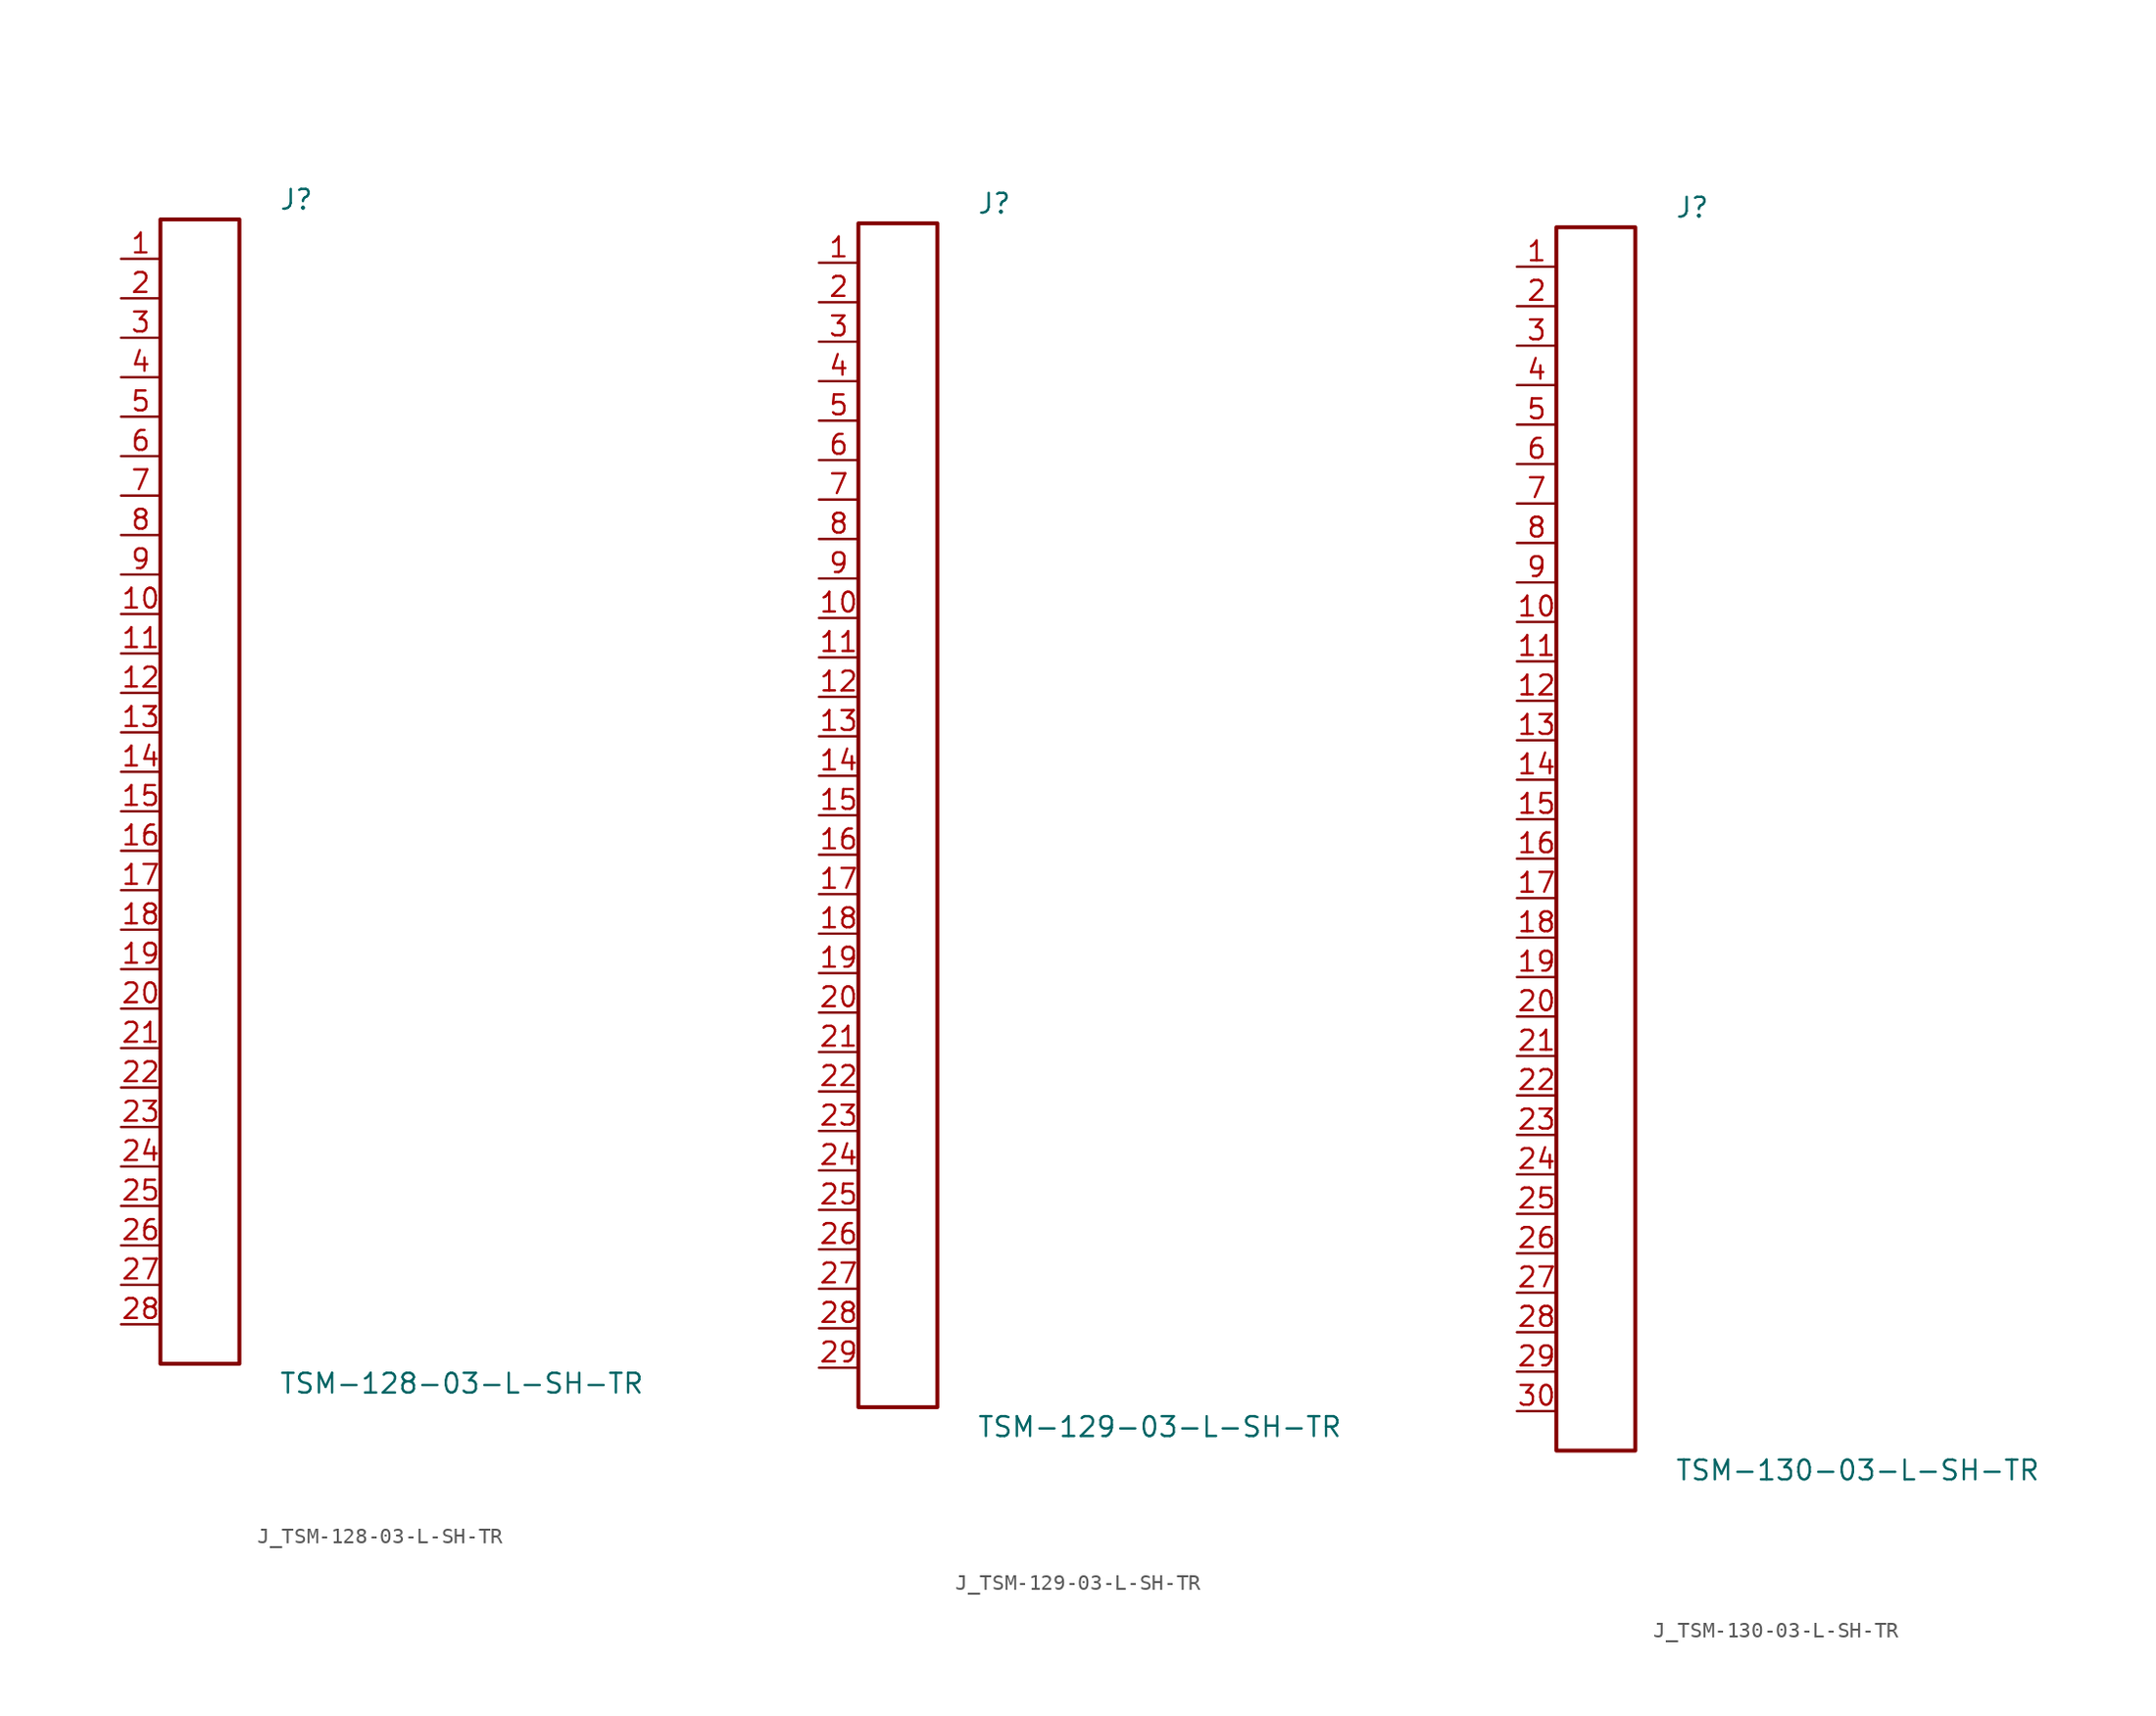
<source format=kicad_sym>
(kicad_symbol_lib
  (version 20231120)
  (generator kicad_symbol_editor)
  (generator_version 8.0)
  (symbol "J_TSM-128-03-L-SH-TR"
    (pin_names
      (offset 0.254))
    (property "Reference" "J"
      (at 5.08 38.1 0)
      (effects (font (size 1.27 1.27)) (justify left)))
    (property "Value" "TSM-128-03-L-SH-TR"
      (at 5.08 -38.1 0)
      (effects (font (size 1.27 1.27)) (justify left)))
    (symbol "J_TSM-128-03-L-SH-TR_0_0"
      (pin unspecified line (at -5.08 34.29 0) (length 2.54) (name "" (effects (font (size 1.27 1.27)))) (number "1" (effects (font (size 1.27 1.27)))))
      (pin unspecified line (at -5.08 31.75 0) (length 2.54) (name "" (effects (font (size 1.27 1.27)))) (number "2" (effects (font (size 1.27 1.27)))))
      (pin unspecified line (at -5.08 29.21 0) (length 2.54) (name "" (effects (font (size 1.27 1.27)))) (number "3" (effects (font (size 1.27 1.27)))))
      (pin unspecified line (at -5.08 26.67 0) (length 2.54) (name "" (effects (font (size 1.27 1.27)))) (number "4" (effects (font (size 1.27 1.27)))))
      (pin unspecified line (at -5.08 24.13 0) (length 2.54) (name "" (effects (font (size 1.27 1.27)))) (number "5" (effects (font (size 1.27 1.27)))))
      (pin unspecified line (at -5.08 21.59 0) (length 2.54) (name "" (effects (font (size 1.27 1.27)))) (number "6" (effects (font (size 1.27 1.27)))))
      (pin unspecified line (at -5.08 19.05 0) (length 2.54) (name "" (effects (font (size 1.27 1.27)))) (number "7" (effects (font (size 1.27 1.27)))))
      (pin unspecified line (at -5.08 16.51 0) (length 2.54) (name "" (effects (font (size 1.27 1.27)))) (number "8" (effects (font (size 1.27 1.27)))))
      (pin unspecified line (at -5.08 13.97 0) (length 2.54) (name "" (effects (font (size 1.27 1.27)))) (number "9" (effects (font (size 1.27 1.27)))))
      (pin unspecified line (at -5.08 11.43 0) (length 2.54) (name "" (effects (font (size 1.27 1.27)))) (number "10" (effects (font (size 1.27 1.27)))))
      (pin unspecified line (at -5.08 8.89 0) (length 2.54) (name "" (effects (font (size 1.27 1.27)))) (number "11" (effects (font (size 1.27 1.27)))))
      (pin unspecified line (at -5.08 6.35 0) (length 2.54) (name "" (effects (font (size 1.27 1.27)))) (number "12" (effects (font (size 1.27 1.27)))))
      (pin unspecified line (at -5.08 3.81 0) (length 2.54) (name "" (effects (font (size 1.27 1.27)))) (number "13" (effects (font (size 1.27 1.27)))))
      (pin unspecified line (at -5.08 1.27 0) (length 2.54) (name "" (effects (font (size 1.27 1.27)))) (number "14" (effects (font (size 1.27 1.27)))))
      (pin unspecified line (at -5.08 -1.27 0) (length 2.54) (name "" (effects (font (size 1.27 1.27)))) (number "15" (effects (font (size 1.27 1.27)))))
      (pin unspecified line (at -5.08 -3.81 0) (length 2.54) (name "" (effects (font (size 1.27 1.27)))) (number "16" (effects (font (size 1.27 1.27)))))
      (pin unspecified line (at -5.08 -6.35 0) (length 2.54) (name "" (effects (font (size 1.27 1.27)))) (number "17" (effects (font (size 1.27 1.27)))))
      (pin unspecified line (at -5.08 -8.89 0) (length 2.54) (name "" (effects (font (size 1.27 1.27)))) (number "18" (effects (font (size 1.27 1.27)))))
      (pin unspecified line (at -5.08 -11.43 0) (length 2.54) (name "" (effects (font (size 1.27 1.27)))) (number "19" (effects (font (size 1.27 1.27)))))
      (pin unspecified line (at -5.08 -13.97 0) (length 2.54) (name "" (effects (font (size 1.27 1.27)))) (number "20" (effects (font (size 1.27 1.27)))))
      (pin unspecified line (at -5.08 -16.51 0) (length 2.54) (name "" (effects (font (size 1.27 1.27)))) (number "21" (effects (font (size 1.27 1.27)))))
      (pin unspecified line (at -5.08 -19.05 0) (length 2.54) (name "" (effects (font (size 1.27 1.27)))) (number "22" (effects (font (size 1.27 1.27)))))
      (pin unspecified line (at -5.08 -21.59 0) (length 2.54) (name "" (effects (font (size 1.27 1.27)))) (number "23" (effects (font (size 1.27 1.27)))))
      (pin unspecified line (at -5.08 -24.13 0) (length 2.54) (name "" (effects (font (size 1.27 1.27)))) (number "24" (effects (font (size 1.27 1.27)))))
      (pin unspecified line (at -5.08 -26.67 0) (length 2.54) (name "" (effects (font (size 1.27 1.27)))) (number "25" (effects (font (size 1.27 1.27)))))
      (pin unspecified line (at -5.08 -29.21 0) (length 2.54) (name "" (effects (font (size 1.27 1.27)))) (number "26" (effects (font (size 1.27 1.27)))))
      (pin unspecified line (at -5.08 -31.75 0) (length 2.54) (name "" (effects (font (size 1.27 1.27)))) (number "27" (effects (font (size 1.27 1.27)))))
      (pin unspecified line (at -5.08 -34.29 0) (length 2.54) (name "" (effects (font (size 1.27 1.27)))) (number "28" (effects (font (size 1.27 1.27))))))
    (symbol "J_TSM-128-03-L-SH-TR_1_0"
      (rectangle (start -2.54 36.83) (end 2.54 -36.83) (stroke (width 0.254) (type solid)) (fill (type none)))))
  (symbol "J_TSM-129-03-L-SH-TR"
    (pin_names
      (offset 0.254))
    (property "Reference" "J"
      (at 5.08 39.37 0)
      (effects (font (size 1.27 1.27)) (justify left)))
    (property "Value" "TSM-129-03-L-SH-TR"
      (at 5.08 -39.37 0)
      (effects (font (size 1.27 1.27)) (justify left)))
    (symbol "J_TSM-129-03-L-SH-TR_0_0"
      (pin unspecified line (at -5.08 35.56 0) (length 2.54) (name "" (effects (font (size 1.27 1.27)))) (number "1" (effects (font (size 1.27 1.27)))))
      (pin unspecified line (at -5.08 33.02 0) (length 2.54) (name "" (effects (font (size 1.27 1.27)))) (number "2" (effects (font (size 1.27 1.27)))))
      (pin unspecified line (at -5.08 30.48 0) (length 2.54) (name "" (effects (font (size 1.27 1.27)))) (number "3" (effects (font (size 1.27 1.27)))))
      (pin unspecified line (at -5.08 27.94 0) (length 2.54) (name "" (effects (font (size 1.27 1.27)))) (number "4" (effects (font (size 1.27 1.27)))))
      (pin unspecified line (at -5.08 25.4 0) (length 2.54) (name "" (effects (font (size 1.27 1.27)))) (number "5" (effects (font (size 1.27 1.27)))))
      (pin unspecified line (at -5.08 22.86 0) (length 2.54) (name "" (effects (font (size 1.27 1.27)))) (number "6" (effects (font (size 1.27 1.27)))))
      (pin unspecified line (at -5.08 20.32 0) (length 2.54) (name "" (effects (font (size 1.27 1.27)))) (number "7" (effects (font (size 1.27 1.27)))))
      (pin unspecified line (at -5.08 17.78 0) (length 2.54) (name "" (effects (font (size 1.27 1.27)))) (number "8" (effects (font (size 1.27 1.27)))))
      (pin unspecified line (at -5.08 15.24 0) (length 2.54) (name "" (effects (font (size 1.27 1.27)))) (number "9" (effects (font (size 1.27 1.27)))))
      (pin unspecified line (at -5.08 12.7 0) (length 2.54) (name "" (effects (font (size 1.27 1.27)))) (number "10" (effects (font (size 1.27 1.27)))))
      (pin unspecified line (at -5.08 10.16 0) (length 2.54) (name "" (effects (font (size 1.27 1.27)))) (number "11" (effects (font (size 1.27 1.27)))))
      (pin unspecified line (at -5.08 7.62 0) (length 2.54) (name "" (effects (font (size 1.27 1.27)))) (number "12" (effects (font (size 1.27 1.27)))))
      (pin unspecified line (at -5.08 5.08 0) (length 2.54) (name "" (effects (font (size 1.27 1.27)))) (number "13" (effects (font (size 1.27 1.27)))))
      (pin unspecified line (at -5.08 2.54 0) (length 2.54) (name "" (effects (font (size 1.27 1.27)))) (number "14" (effects (font (size 1.27 1.27)))))
      (pin unspecified line (at -5.08 0.0 0) (length 2.54) (name "" (effects (font (size 1.27 1.27)))) (number "15" (effects (font (size 1.27 1.27)))))
      (pin unspecified line (at -5.08 -2.54 0) (length 2.54) (name "" (effects (font (size 1.27 1.27)))) (number "16" (effects (font (size 1.27 1.27)))))
      (pin unspecified line (at -5.08 -5.08 0) (length 2.54) (name "" (effects (font (size 1.27 1.27)))) (number "17" (effects (font (size 1.27 1.27)))))
      (pin unspecified line (at -5.08 -7.62 0) (length 2.54) (name "" (effects (font (size 1.27 1.27)))) (number "18" (effects (font (size 1.27 1.27)))))
      (pin unspecified line (at -5.08 -10.16 0) (length 2.54) (name "" (effects (font (size 1.27 1.27)))) (number "19" (effects (font (size 1.27 1.27)))))
      (pin unspecified line (at -5.08 -12.7 0) (length 2.54) (name "" (effects (font (size 1.27 1.27)))) (number "20" (effects (font (size 1.27 1.27)))))
      (pin unspecified line (at -5.08 -15.24 0) (length 2.54) (name "" (effects (font (size 1.27 1.27)))) (number "21" (effects (font (size 1.27 1.27)))))
      (pin unspecified line (at -5.08 -17.78 0) (length 2.54) (name "" (effects (font (size 1.27 1.27)))) (number "22" (effects (font (size 1.27 1.27)))))
      (pin unspecified line (at -5.08 -20.32 0) (length 2.54) (name "" (effects (font (size 1.27 1.27)))) (number "23" (effects (font (size 1.27 1.27)))))
      (pin unspecified line (at -5.08 -22.86 0) (length 2.54) (name "" (effects (font (size 1.27 1.27)))) (number "24" (effects (font (size 1.27 1.27)))))
      (pin unspecified line (at -5.08 -25.4 0) (length 2.54) (name "" (effects (font (size 1.27 1.27)))) (number "25" (effects (font (size 1.27 1.27)))))
      (pin unspecified line (at -5.08 -27.94 0) (length 2.54) (name "" (effects (font (size 1.27 1.27)))) (number "26" (effects (font (size 1.27 1.27)))))
      (pin unspecified line (at -5.08 -30.48 0) (length 2.54) (name "" (effects (font (size 1.27 1.27)))) (number "27" (effects (font (size 1.27 1.27)))))
      (pin unspecified line (at -5.08 -33.02 0) (length 2.54) (name "" (effects (font (size 1.27 1.27)))) (number "28" (effects (font (size 1.27 1.27)))))
      (pin unspecified line (at -5.08 -35.56 0) (length 2.54) (name "" (effects (font (size 1.27 1.27)))) (number "29" (effects (font (size 1.27 1.27))))))
    (symbol "J_TSM-129-03-L-SH-TR_1_0"
      (rectangle (start -2.54 38.1) (end 2.54 -38.1) (stroke (width 0.254) (type solid)) (fill (type none)))))
  (symbol "J_TSM-130-03-L-SH-TR"
    (pin_names
      (offset 0.254))
    (property "Reference" "J"
      (at 5.08 40.64 0)
      (effects (font (size 1.27 1.27)) (justify left)))
    (property "Value" "TSM-130-03-L-SH-TR"
      (at 5.08 -40.64 0)
      (effects (font (size 1.27 1.27)) (justify left)))
    (symbol "J_TSM-130-03-L-SH-TR_0_0"
      (pin unspecified line (at -5.08 36.83 0) (length 2.54) (name "" (effects (font (size 1.27 1.27)))) (number "1" (effects (font (size 1.27 1.27)))))
      (pin unspecified line (at -5.08 34.29 0) (length 2.54) (name "" (effects (font (size 1.27 1.27)))) (number "2" (effects (font (size 1.27 1.27)))))
      (pin unspecified line (at -5.08 31.75 0) (length 2.54) (name "" (effects (font (size 1.27 1.27)))) (number "3" (effects (font (size 1.27 1.27)))))
      (pin unspecified line (at -5.08 29.21 0) (length 2.54) (name "" (effects (font (size 1.27 1.27)))) (number "4" (effects (font (size 1.27 1.27)))))
      (pin unspecified line (at -5.08 26.67 0) (length 2.54) (name "" (effects (font (size 1.27 1.27)))) (number "5" (effects (font (size 1.27 1.27)))))
      (pin unspecified line (at -5.08 24.13 0) (length 2.54) (name "" (effects (font (size 1.27 1.27)))) (number "6" (effects (font (size 1.27 1.27)))))
      (pin unspecified line (at -5.08 21.59 0) (length 2.54) (name "" (effects (font (size 1.27 1.27)))) (number "7" (effects (font (size 1.27 1.27)))))
      (pin unspecified line (at -5.08 19.05 0) (length 2.54) (name "" (effects (font (size 1.27 1.27)))) (number "8" (effects (font (size 1.27 1.27)))))
      (pin unspecified line (at -5.08 16.51 0) (length 2.54) (name "" (effects (font (size 1.27 1.27)))) (number "9" (effects (font (size 1.27 1.27)))))
      (pin unspecified line (at -5.08 13.97 0) (length 2.54) (name "" (effects (font (size 1.27 1.27)))) (number "10" (effects (font (size 1.27 1.27)))))
      (pin unspecified line (at -5.08 11.43 0) (length 2.54) (name "" (effects (font (size 1.27 1.27)))) (number "11" (effects (font (size 1.27 1.27)))))
      (pin unspecified line (at -5.08 8.89 0) (length 2.54) (name "" (effects (font (size 1.27 1.27)))) (number "12" (effects (font (size 1.27 1.27)))))
      (pin unspecified line (at -5.08 6.35 0) (length 2.54) (name "" (effects (font (size 1.27 1.27)))) (number "13" (effects (font (size 1.27 1.27)))))
      (pin unspecified line (at -5.08 3.81 0) (length 2.54) (name "" (effects (font (size 1.27 1.27)))) (number "14" (effects (font (size 1.27 1.27)))))
      (pin unspecified line (at -5.08 1.27 0) (length 2.54) (name "" (effects (font (size 1.27 1.27)))) (number "15" (effects (font (size 1.27 1.27)))))
      (pin unspecified line (at -5.08 -1.27 0) (length 2.54) (name "" (effects (font (size 1.27 1.27)))) (number "16" (effects (font (size 1.27 1.27)))))
      (pin unspecified line (at -5.08 -3.81 0) (length 2.54) (name "" (effects (font (size 1.27 1.27)))) (number "17" (effects (font (size 1.27 1.27)))))
      (pin unspecified line (at -5.08 -6.35 0) (length 2.54) (name "" (effects (font (size 1.27 1.27)))) (number "18" (effects (font (size 1.27 1.27)))))
      (pin unspecified line (at -5.08 -8.89 0) (length 2.54) (name "" (effects (font (size 1.27 1.27)))) (number "19" (effects (font (size 1.27 1.27)))))
      (pin unspecified line (at -5.08 -11.43 0) (length 2.54) (name "" (effects (font (size 1.27 1.27)))) (number "20" (effects (font (size 1.27 1.27)))))
      (pin unspecified line (at -5.08 -13.97 0) (length 2.54) (name "" (effects (font (size 1.27 1.27)))) (number "21" (effects (font (size 1.27 1.27)))))
      (pin unspecified line (at -5.08 -16.51 0) (length 2.54) (name "" (effects (font (size 1.27 1.27)))) (number "22" (effects (font (size 1.27 1.27)))))
      (pin unspecified line (at -5.08 -19.05 0) (length 2.54) (name "" (effects (font (size 1.27 1.27)))) (number "23" (effects (font (size 1.27 1.27)))))
      (pin unspecified line (at -5.08 -21.59 0) (length 2.54) (name "" (effects (font (size 1.27 1.27)))) (number "24" (effects (font (size 1.27 1.27)))))
      (pin unspecified line (at -5.08 -24.13 0) (length 2.54) (name "" (effects (font (size 1.27 1.27)))) (number "25" (effects (font (size 1.27 1.27)))))
      (pin unspecified line (at -5.08 -26.67 0) (length 2.54) (name "" (effects (font (size 1.27 1.27)))) (number "26" (effects (font (size 1.27 1.27)))))
      (pin unspecified line (at -5.08 -29.21 0) (length 2.54) (name "" (effects (font (size 1.27 1.27)))) (number "27" (effects (font (size 1.27 1.27)))))
      (pin unspecified line (at -5.08 -31.75 0) (length 2.54) (name "" (effects (font (size 1.27 1.27)))) (number "28" (effects (font (size 1.27 1.27)))))
      (pin unspecified line (at -5.08 -34.29 0) (length 2.54) (name "" (effects (font (size 1.27 1.27)))) (number "29" (effects (font (size 1.27 1.27)))))
      (pin unspecified line (at -5.08 -36.83 0) (length 2.54) (name "" (effects (font (size 1.27 1.27)))) (number "30" (effects (font (size 1.27 1.27))))))
    (symbol "J_TSM-130-03-L-SH-TR_1_0"
      (rectangle (start -2.54 39.37) (end 2.54 -39.37) (stroke (width 0.254) (type solid)) (fill (type none))))))
</source>
